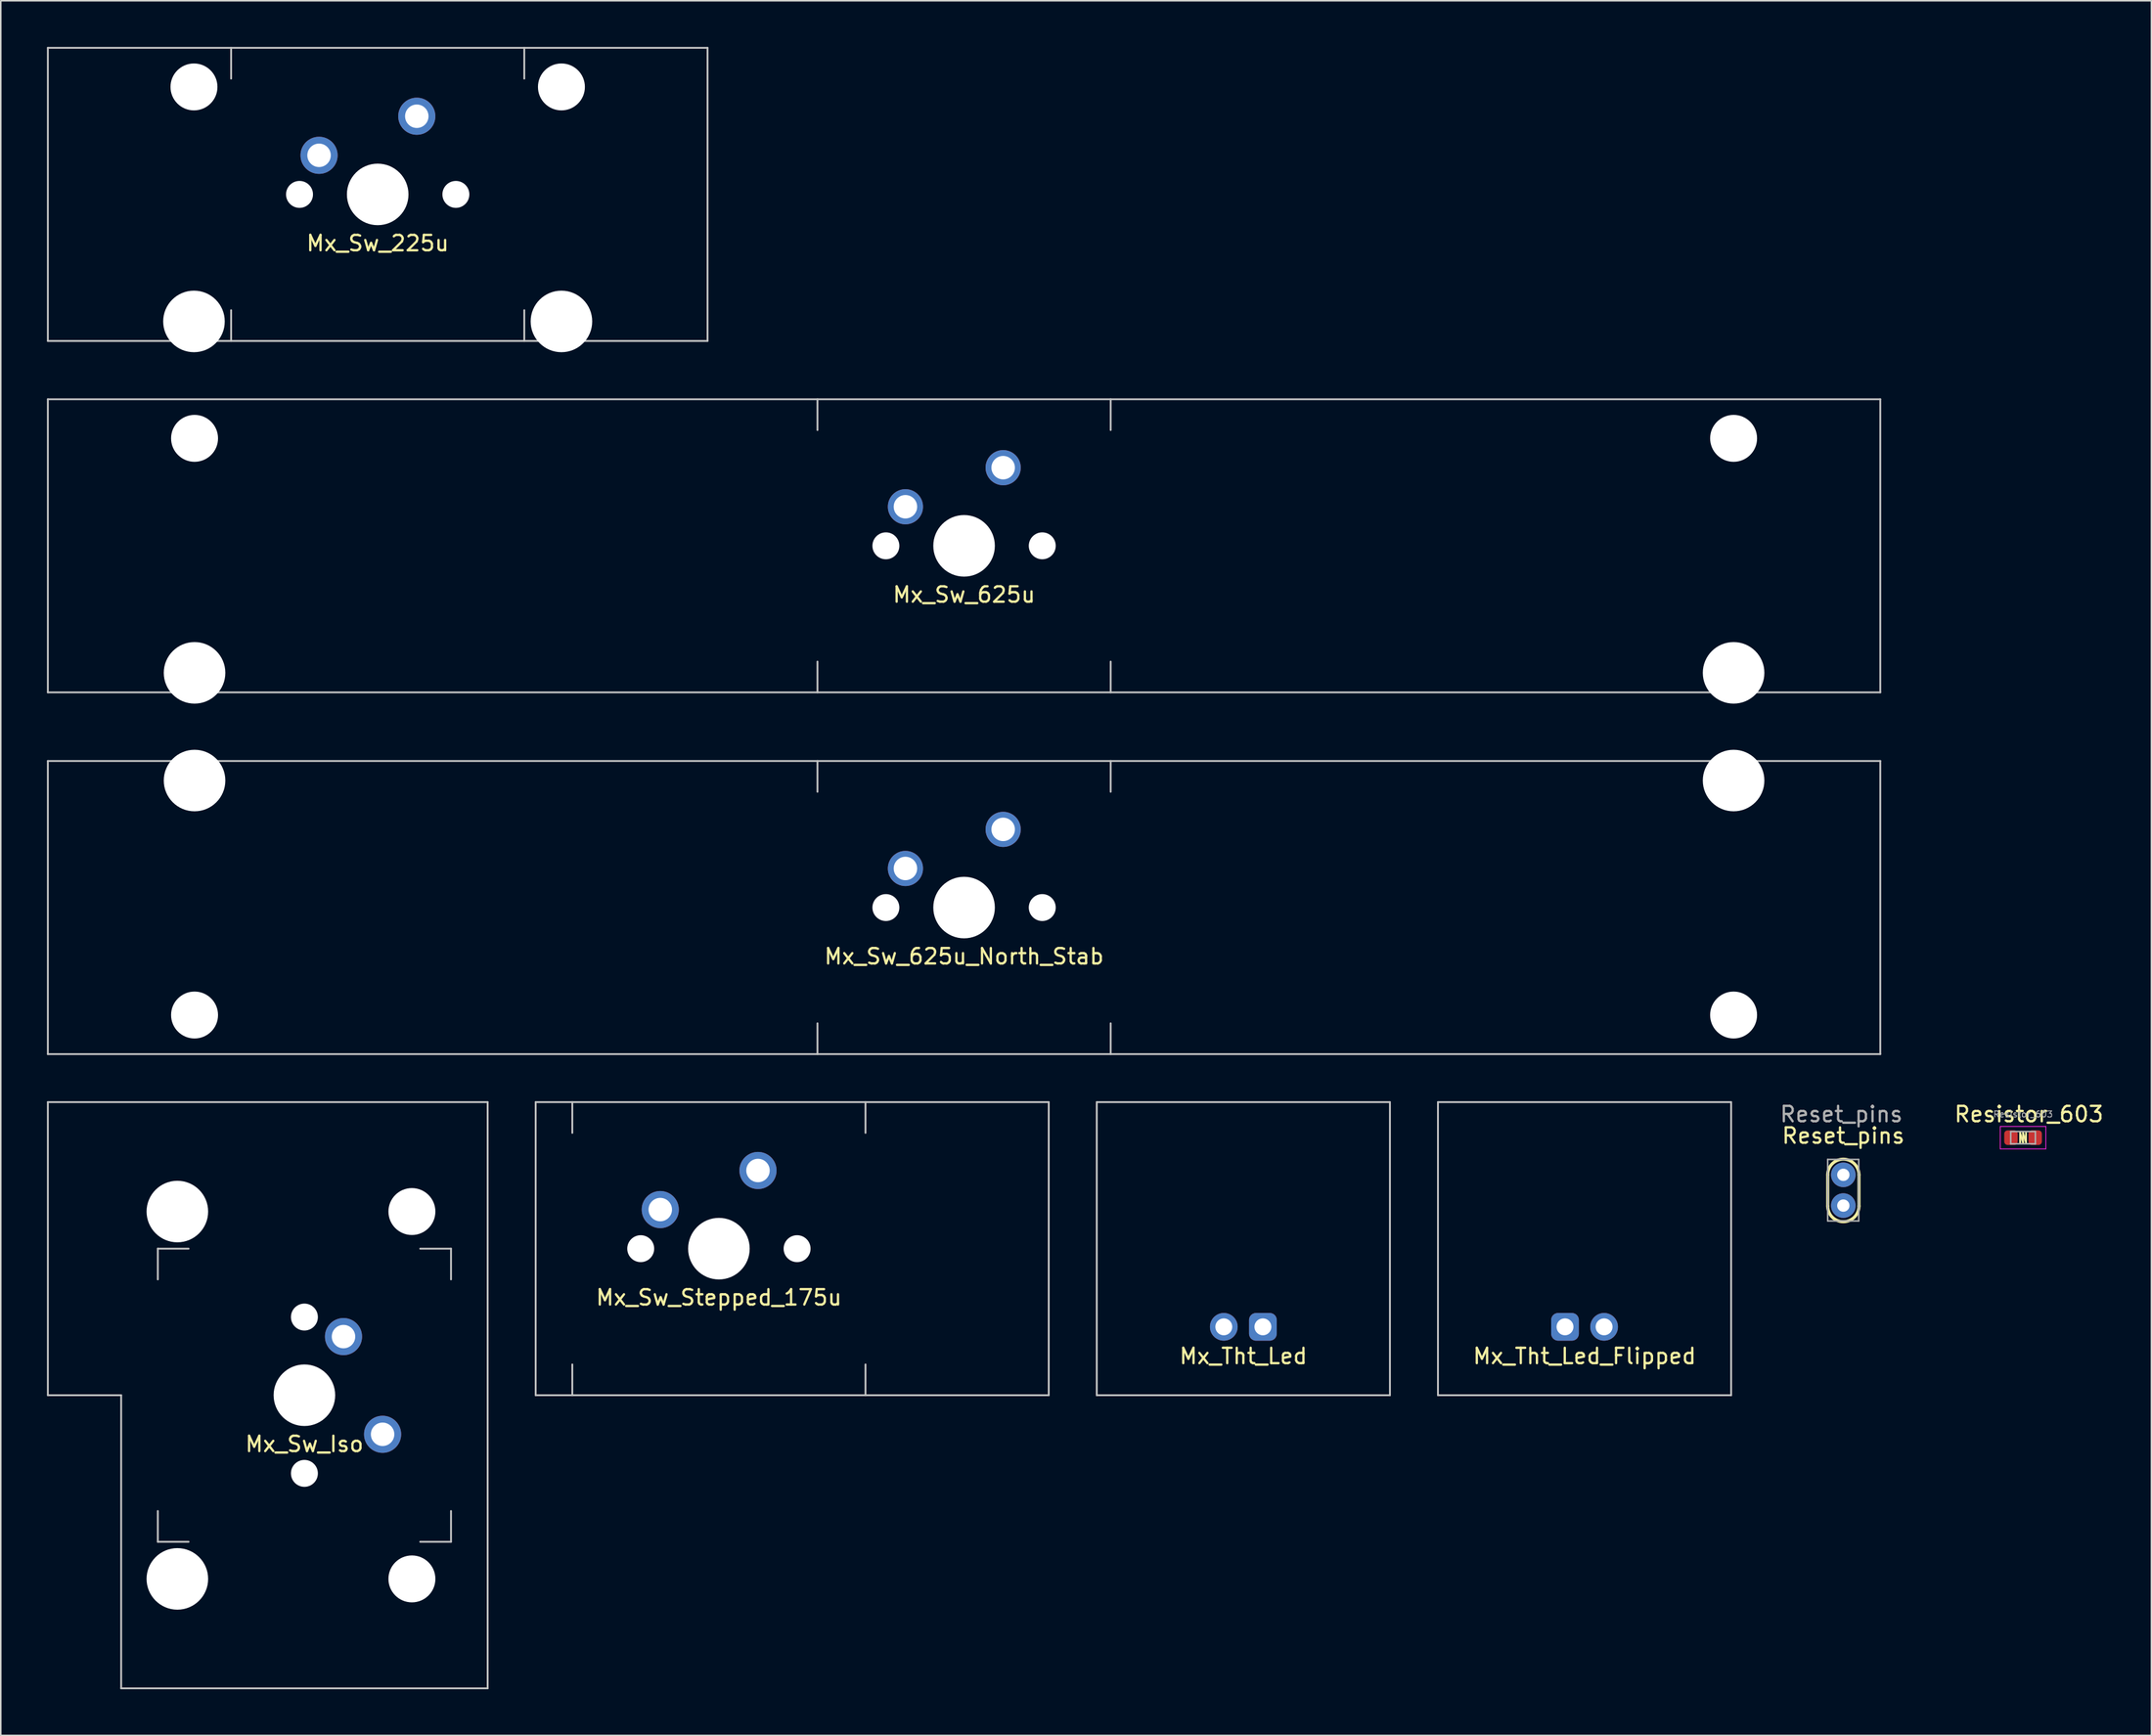
<source format=kicad_pcb>
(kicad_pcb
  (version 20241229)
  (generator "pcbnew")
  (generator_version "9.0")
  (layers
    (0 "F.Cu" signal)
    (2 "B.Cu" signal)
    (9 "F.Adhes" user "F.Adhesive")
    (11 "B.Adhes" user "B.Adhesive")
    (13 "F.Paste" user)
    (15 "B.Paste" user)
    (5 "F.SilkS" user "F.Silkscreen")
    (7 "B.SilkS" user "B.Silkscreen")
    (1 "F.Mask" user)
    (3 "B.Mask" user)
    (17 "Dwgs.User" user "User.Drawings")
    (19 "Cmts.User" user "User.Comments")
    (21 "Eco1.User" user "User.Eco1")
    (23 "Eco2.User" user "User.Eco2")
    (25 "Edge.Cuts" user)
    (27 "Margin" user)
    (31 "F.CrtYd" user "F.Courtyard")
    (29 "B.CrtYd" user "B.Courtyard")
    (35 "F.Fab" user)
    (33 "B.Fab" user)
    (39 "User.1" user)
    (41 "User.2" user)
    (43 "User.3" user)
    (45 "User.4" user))
  (footprint "Mx_Sw_Iso"
    (layer "F.Cu")
    (at 16.729 87.63)
    (property "Reference" "Mx_Sw_Iso" (at 0 3.175 0) (layer "F.SilkS") (effects (font (size 1 1) (thickness 0.15))))
    (attr through_hole)
    (fp_line (start -16.669 -19.05) (end -16.669 0) (stroke (width 0.12) (type solid)) (layer "Dwgs.User"))
    (fp_line (start -16.669 0) (end -11.906 0) (stroke (width 0.12) (type solid)) (layer "Dwgs.User"))
    (fp_line (start -11.906 19.05) (end -11.906 0) (stroke (width 0.12) (type solid)) (layer "Dwgs.User"))
    (fp_line (start -11.906 19.05) (end 11.906 19.05) (stroke (width 0.12) (type solid)) (layer "Dwgs.User"))
    (fp_line (start -9.525 -9.525) (end -9.525 -7.525) (stroke (width 0.12) (type solid)) (layer "Dwgs.User"))
    (fp_line (start -9.525 7.525) (end -9.525 9.525) (stroke (width 0.12) (type solid)) (layer "Dwgs.User"))
    (fp_line (start -7.525 -9.525) (end -9.525 -9.525) (stroke (width 0.12) (type solid)) (layer "Dwgs.User"))
    (fp_line (start -7.525 9.525) (end -9.525 9.525) (stroke (width 0.12) (type solid)) (layer "Dwgs.User"))
    (fp_line (start 9.525 -9.525) (end 7.525 -9.525) (stroke (width 0.12) (type solid)) (layer "Dwgs.User"))
    (fp_line (start 9.525 -9.525) (end 9.525 -7.525) (stroke (width 0.12) (type solid)) (layer "Dwgs.User"))
    (fp_line (start 9.525 7.525) (end 9.525 9.525) (stroke (width 0.12) (type solid)) (layer "Dwgs.User"))
    (fp_line (start 9.525 9.525) (end 7.525 9.525) (stroke (width 0.12) (type solid)) (layer "Dwgs.User"))
    (fp_line (start 11.906 -19.05) (end -16.669 -19.05) (stroke (width 0.12) (type solid)) (layer "Dwgs.User"))
    (fp_line (start 11.906 19.05) (end 11.906 -19.05) (stroke (width 0.12) (type solid)) (layer "Dwgs.User"))
    (pad "" np_thru_hole circle (at -8.255 -11.938 270) (size 4 4) (drill 4) (layers "*.Cu" "*.Mask"))
    (pad "" np_thru_hole circle (at -8.255 11.938 270) (size 4 4) (drill 4) (layers "*.Cu" "*.Mask"))
    (pad "" np_thru_hole circle (at 0 -5.08 270) (size 1.75 1.75) (drill 1.75) (layers "*.Cu" "*.Mask"))
    (pad "" np_thru_hole circle (at 0 0 270) (size 4 4) (drill 4) (layers "*.Cu" "*.Mask"))
    (pad "" np_thru_hole circle (at 0 5.08 270) (size 1.75 1.75) (drill 1.75) (layers "*.Cu" "*.Mask"))
    (pad "" np_thru_hole circle (at 6.985 -11.938 270) (size 3.05 3.05) (drill 3.05) (layers "*.Cu" "*.Mask"))
    (pad "" np_thru_hole circle (at 6.985 11.938 270) (size 3.05 3.05) (drill 3.05) (layers "*.Cu" "*.Mask"))
    (pad "1" thru_hole circle (at 2.54 -3.81 270) (size 2.413 2.413) (drill 1.524) (layers "*.Cu" "B.Mask"))
    (pad "2" thru_hole circle (at 5.08 2.54 270) (size 2.413 2.413) (drill 1.524) (layers "*.Cu" "B.Mask")))
  (footprint "Mx_Sw_625u_North_Stab"
    (layer "F.Cu")
    (at 59.591 55.935)
    (property "Reference" "Mx_Sw_625u_North_Stab" (at 0 3.175 0) (layer "F.SilkS") (effects (font (size 1 1) (thickness 0.15))))
    (attr through_hole)
    (fp_line (start -59.531 -9.525) (end -59.531 9.525) (stroke (width 0.12) (type solid)) (layer "Dwgs.User"))
    (fp_line (start -59.531 9.525) (end 59.531 9.525) (stroke (width 0.12) (type solid)) (layer "Dwgs.User"))
    (fp_line (start -9.525 -9.525) (end -9.525 -7.525) (stroke (width 0.12) (type solid)) (layer "Dwgs.User"))
    (fp_line (start -9.525 7.525) (end -9.525 9.525) (stroke (width 0.12) (type solid)) (layer "Dwgs.User"))
    (fp_line (start 9.525 -9.525) (end 9.525 -7.525) (stroke (width 0.12) (type solid)) (layer "Dwgs.User"))
    (fp_line (start 9.525 7.525) (end 9.525 9.525) (stroke (width 0.12) (type solid)) (layer "Dwgs.User"))
    (fp_line (start 59.531 -9.525) (end -59.531 -9.525) (stroke (width 0.12) (type solid)) (layer "Dwgs.User"))
    (fp_line (start 59.531 9.525) (end 59.531 -9.525) (stroke (width 0.12) (type solid)) (layer "Dwgs.User"))
    (pad "" np_thru_hole circle (at -50 -8.255) (size 4 4) (drill 4) (layers "*.Cu" "*.Mask"))
    (pad "" np_thru_hole circle (at -50 6.985) (size 3.05 3.05) (drill 3.05) (layers "*.Cu" "*.Mask"))
    (pad "" np_thru_hole circle (at -5.08 0) (size 1.75 1.75) (drill 1.75) (layers "*.Cu" "*.Mask"))
    (pad "" np_thru_hole circle (at 0 0) (size 4 4) (drill 4) (layers "*.Cu" "*.Mask"))
    (pad "" np_thru_hole circle (at 5.08 0) (size 1.75 1.75) (drill 1.75) (layers "*.Cu" "*.Mask"))
    (pad "" np_thru_hole circle (at 50 -8.255) (size 4 4) (drill 4) (layers "*.Cu" "*.Mask"))
    (pad "" np_thru_hole circle (at 50 6.985) (size 3.05 3.05) (drill 3.05) (layers "*.Cu" "*.Mask"))
    (pad "1" thru_hole circle (at -3.81 -2.54) (size 2.286 2.286) (drill 1.524) (layers "*.Cu" "B.Mask"))
    (pad "2" thru_hole circle (at 2.54 -5.08) (size 2.286 2.286) (drill 1.524) (layers "*.Cu" "B.Mask")))
  (footprint "Mx_Sw_225u"
    (layer "F.Cu")
    (at 21.491 9.585)
    (property "Reference" "Mx_Sw_225u" (at 0 3.175 0) (layer "F.SilkS") (effects (font (size 1 1) (thickness 0.15))))
    (attr through_hole)
    (fp_line (start -21.431 -9.525) (end -21.431 9.525) (stroke (width 0.12) (type solid)) (layer "Dwgs.User"))
    (fp_line (start -21.431 9.525) (end 21.431 9.525) (stroke (width 0.12) (type solid)) (layer "Dwgs.User"))
    (fp_line (start -9.525 -9.525) (end -9.525 -7.525) (stroke (width 0.12) (type solid)) (layer "Dwgs.User"))
    (fp_line (start -9.525 7.525) (end -9.525 9.525) (stroke (width 0.12) (type solid)) (layer "Dwgs.User"))
    (fp_line (start 9.525 -9.525) (end 9.525 -7.525) (stroke (width 0.12) (type solid)) (layer "Dwgs.User"))
    (fp_line (start 9.525 7.525) (end 9.525 9.525) (stroke (width 0.12) (type solid)) (layer "Dwgs.User"))
    (fp_line (start 21.431 -9.525) (end -21.431 -9.525) (stroke (width 0.12) (type solid)) (layer "Dwgs.User"))
    (fp_line (start 21.431 9.525) (end 21.431 -9.525) (stroke (width 0.12) (type solid)) (layer "Dwgs.User"))
    (pad "" np_thru_hole circle (at -11.938 -6.985) (size 3.05 3.05) (drill 3.05) (layers "*.Cu" "*.Mask"))
    (pad "" np_thru_hole circle (at -11.938 8.255) (size 4 4) (drill 4) (layers "*.Cu" "*.Mask"))
    (pad "" np_thru_hole circle (at -5.08 0) (size 1.75 1.75) (drill 1.75) (layers "*.Cu" "*.Mask"))
    (pad "" np_thru_hole circle (at 0 0) (size 4 4) (drill 4) (layers "*.Cu" "*.Mask"))
    (pad "" np_thru_hole circle (at 5.08 0) (size 1.75 1.75) (drill 1.75) (layers "*.Cu" "*.Mask"))
    (pad "" np_thru_hole circle (at 11.938 -6.985) (size 3.05 3.05) (drill 3.05) (layers "*.Cu" "*.Mask"))
    (pad "" np_thru_hole circle (at 11.938 8.255) (size 4 4) (drill 4) (layers "*.Cu" "*.Mask"))
    (pad "1" thru_hole circle (at -3.81 -2.54) (size 2.413 2.413) (drill 1.524) (layers "*.Cu" "B.Mask"))
    (pad "2" thru_hole circle (at 2.54 -5.08) (size 2.413 2.413) (drill 1.524) (layers "*.Cu" "B.Mask")))
  (footprint "Mx_Sw_625u"
    (layer "F.Cu")
    (at 59.591 32.425)
    (property "Reference" "Mx_Sw_625u" (at 0 3.175 0) (layer "F.SilkS") (effects (font (size 1 1) (thickness 0.15))))
    (attr through_hole)
    (fp_line (start -59.531 -9.525) (end -59.531 9.525) (stroke (width 0.12) (type solid)) (layer "Dwgs.User"))
    (fp_line (start -59.531 9.525) (end 59.531 9.525) (stroke (width 0.12) (type solid)) (layer "Dwgs.User"))
    (fp_line (start -9.525 -9.525) (end -9.525 -7.525) (stroke (width 0.12) (type solid)) (layer "Dwgs.User"))
    (fp_line (start -9.525 7.525) (end -9.525 9.525) (stroke (width 0.12) (type solid)) (layer "Dwgs.User"))
    (fp_line (start 9.525 -9.525) (end 9.525 -7.525) (stroke (width 0.12) (type solid)) (layer "Dwgs.User"))
    (fp_line (start 9.525 7.525) (end 9.525 9.525) (stroke (width 0.12) (type solid)) (layer "Dwgs.User"))
    (fp_line (start 59.531 -9.525) (end -59.531 -9.525) (stroke (width 0.12) (type solid)) (layer "Dwgs.User"))
    (fp_line (start 59.531 9.525) (end 59.531 -9.525) (stroke (width 0.12) (type solid)) (layer "Dwgs.User"))
    (pad "" np_thru_hole circle (at -50 -6.985) (size 3.05 3.05) (drill 3.05) (layers "*.Cu" "*.Mask"))
    (pad "" np_thru_hole circle (at -50 8.255) (size 4 4) (drill 4) (layers "*.Cu" "*.Mask"))
    (pad "" np_thru_hole circle (at -5.08 0) (size 1.75 1.75) (drill 1.75) (layers "*.Cu" "*.Mask"))
    (pad "" np_thru_hole circle (at 0 0) (size 4 4) (drill 4) (layers "*.Cu" "*.Mask"))
    (pad "" np_thru_hole circle (at 5.08 0) (size 1.75 1.75) (drill 1.75) (layers "*.Cu" "*.Mask"))
    (pad "" np_thru_hole circle (at 50 -6.985) (size 3.05 3.05) (drill 3.05) (layers "*.Cu" "*.Mask"))
    (pad "" np_thru_hole circle (at 50 8.255) (size 4 4) (drill 4) (layers "*.Cu" "*.Mask"))
    (pad "1" thru_hole circle (at -3.81 -2.54) (size 2.286 2.286) (drill 1.524) (layers "*.Cu" "B.Mask"))
    (pad "2" thru_hole circle (at 2.54 -5.08) (size 2.286 2.286) (drill 1.524) (layers "*.Cu" "B.Mask")))
  (footprint "Mx_Sw_Stepped_175u"
    (layer "F.Cu")
    (at 43.661 78.105)
    (property "Reference" "Mx_Sw_Stepped_175u" (at 0 3.175 0) (layer "F.SilkS") (effects (font (size 1 1) (thickness 0.15))))
    (attr through_hole)
    (fp_line (start -11.906 -9.525) (end -11.906 9.525) (stroke (width 0.12) (type solid)) (layer "Dwgs.User"))
    (fp_line (start -11.906 9.525) (end 21.431 9.525) (stroke (width 0.12) (type solid)) (layer "Dwgs.User"))
    (fp_line (start -9.525 -9.525) (end -9.525 -7.525) (stroke (width 0.12) (type solid)) (layer "Dwgs.User"))
    (fp_line (start -9.525 7.525) (end -9.525 9.525) (stroke (width 0.12) (type solid)) (layer "Dwgs.User"))
    (fp_line (start 9.525 -9.525) (end 9.525 -7.525) (stroke (width 0.12) (type solid)) (layer "Dwgs.User"))
    (fp_line (start 9.525 7.525) (end 9.525 9.525) (stroke (width 0.12) (type solid)) (layer "Dwgs.User"))
    (fp_line (start 21.431 -9.525) (end -11.906 -9.525) (stroke (width 0.12) (type solid)) (layer "Dwgs.User"))
    (fp_line (start 21.431 9.525) (end 21.431 -9.525) (stroke (width 0.12) (type solid)) (layer "Dwgs.User"))
    (pad "" np_thru_hole circle (at -5.08 0) (size 1.75 1.75) (drill 1.75) (layers "*.Cu" "*.Mask"))
    (pad "" np_thru_hole circle (at 0 0) (size 4 4) (drill 4) (layers "*.Cu" "*.Mask"))
    (pad "" np_thru_hole circle (at 5.08 0) (size 1.75 1.75) (drill 1.75) (layers "*.Cu" "*.Mask"))
    (pad "1" thru_hole circle (at -3.81 -2.54) (size 2.413 2.413) (drill 1.524) (layers "*.Cu" "B.Mask"))
    (pad "2" thru_hole circle (at 2.54 -5.08) (size 2.413 2.413) (drill 1.524) (layers "*.Cu" "B.Mask")))
  (footprint "Resistor_603"
    (layer "F.Cu")
    (at 128.399 70.892)
    (property "Reference" "Resistor_603" (at 0.381 -1.524 0) (layer "F.SilkS") (effects (font (size 1 1) (thickness 0.15))))
    (attr through_hole)
    (fp_line (start -0.191 -0.318) (end 0 0.318) (stroke (width 0.12) (type solid)) (layer "F.SilkS"))
    (fp_line (start -0.191 0.318) (end -0.191 -0.318) (stroke (width 0.12) (type solid)) (layer "F.SilkS"))
    (fp_line (start 0 -0.318) (end 0.191 0.318) (stroke (width 0.12) (type solid)) (layer "F.SilkS"))
    (fp_line (start 0 0.318) (end 0 -0.318) (stroke (width 0.12) (type solid)) (layer "F.SilkS"))
    (fp_line (start 0.191 0.318) (end 0.191 -0.318) (stroke (width 0.12) (type solid)) (layer "F.SilkS"))
    (fp_line (start -1.48 -0.73) (end 1.48 -0.73) (stroke (width 0.05) (type solid)) (layer "F.CrtYd"))
    (fp_line (start -1.48 0.73) (end -1.48 -0.73) (stroke (width 0.05) (type solid)) (layer "F.CrtYd"))
    (fp_line (start 1.48 -0.73) (end 1.48 0.73) (stroke (width 0.05) (type solid)) (layer "F.CrtYd"))
    (fp_line (start 1.48 0.73) (end -1.48 0.73) (stroke (width 0.05) (type solid)) (layer "F.CrtYd"))
    (fp_line (start -0.8 -0.4) (end 0.8 -0.4) (stroke (width 0.1) (type solid)) (layer "F.Fab"))
    (fp_line (start -0.8 0.4) (end -0.8 -0.4) (stroke (width 0.1) (type solid)) (layer "F.Fab"))
    (fp_line (start 0.8 -0.4) (end 0.8 0.4) (stroke (width 0.1) (type solid)) (layer "F.Fab"))
    (fp_line (start 0.8 0.4) (end -0.8 0.4) (stroke (width 0.1) (type solid)) (layer "F.Fab"))
    (fp_text user "${REFERENCE}" (at 0 -1.524 0) (layer "F.Fab") (effects (font (size 0.4 0.4) (thickness 0.06))))
    (pad "1" smd roundrect (at -0.787 0) (size 0.875 0.95) (layers "F.Cu" "F.Mask" "F.Paste") (roundrect_rratio 0.25))
    (pad "2" smd roundrect (at 0.787 0) (size 0.875 0.95) (layers "F.Cu" "F.Mask" "F.Paste") (roundrect_rratio 0.25)))
  (footprint "Reset_pins"
    (layer "F.Cu")
    (at 116.721 73.305)
    (property "Reference" "Reset_pins" (at 0 -2.54 0) (layer "F.SilkS") (effects (font (size 1 1) (thickness 0.15))))
    (attr through_hole)
    (fp_line (start -1.016 2.032) (end -1.016 0) (stroke (width 0.2) (type solid)) (layer "F.SilkS"))
    (fp_line (start 1.016 0) (end 1.016 2.032) (stroke (width 0.2) (type solid)) (layer "F.SilkS"))
    (fp_arc (start -1.016 0) (mid 0 -1.016) (end 1.016 0) (stroke (width 0.2) (type solid)) (layer "F.SilkS"))
    (fp_arc (start 1.016 2.032) (mid 0 3.048) (end -1.016 2.032) (stroke (width 0.2) (type solid)) (layer "F.SilkS"))
    (fp_line (start -1.016 -1) (end -1.016 3) (stroke (width 0.1) (type solid)) (layer "F.Fab"))
    (fp_line (start 0.984 -1) (end -1.016 -1) (stroke (width 0.1) (type solid)) (layer "F.Fab"))
    (fp_line (start 1 -1) (end 1 3) (stroke (width 0.1) (type solid)) (layer "F.Fab"))
    (fp_line (start 1 3) (end -1 3) (stroke (width 0.1) (type solid)) (layer "F.Fab"))
    (fp_text user "${REFERENCE}" (at -0.127 -3.937 180) (layer "F.Fab") (effects (font (size 1 1) (thickness 0.15))))
    (pad "1" thru_hole circle (at 0 0) (size 1.6 1.6) (drill 0.8) (layers "*.Cu" "F.Mask"))
    (pad "2" thru_hole circle (at 0 2) (size 1.6 1.6) (drill 0.8) (layers "*.Cu" "F.Mask")))
  (footprint "Mx_Tht_Led"
    (layer "F.Cu")
    (at 77.737 78.105)
    (property "Reference" "Mx_Tht_Led" (at 0 6.985 0) (layer "F.SilkS") (effects (font (size 1 1) (thickness 0.15))))
    (attr through_hole)
    (fp_line (start -9.525 -9.525) (end 9.525 -9.525) (stroke (width 0.12) (type solid)) (layer "Dwgs.User"))
    (fp_line (start -9.525 9.525) (end -9.525 -9.525) (stroke (width 0.12) (type solid)) (layer "Dwgs.User"))
    (fp_line (start 9.525 -9.525) (end 9.525 9.525) (stroke (width 0.12) (type solid)) (layer "Dwgs.User"))
    (fp_line (start 9.525 9.525) (end -9.525 9.525) (stroke (width 0.12) (type solid)) (layer "Dwgs.User"))
    (pad "1" thru_hole circle (at -1.27 5.08) (size 1.8 1.8) (drill 1.1) (layers "*.Cu" "*.Mask"))
    (pad "2" thru_hole roundrect (at 1.27 5.08) (size 1.8 1.8) (drill 1.1) (layers "*.Cu" "*.Mask") (roundrect_rratio 0.25)))
  (footprint "Mx_Tht_Led_Flipped"
    (layer "F.Cu")
    (at 99.907 78.105)
    (property "Reference" "Mx_Tht_Led_Flipped" (at 0 6.985 0) (layer "F.SilkS") (effects (font (size 1 1) (thickness 0.15))))
    (attr through_hole)
    (fp_line (start -9.525 -9.525) (end 9.525 -9.525) (stroke (width 0.12) (type solid)) (layer "Dwgs.User"))
    (fp_line (start -9.525 9.525) (end -9.525 -9.525) (stroke (width 0.12) (type solid)) (layer "Dwgs.User"))
    (fp_line (start 9.525 -9.525) (end 9.525 9.525) (stroke (width 0.12) (type solid)) (layer "Dwgs.User"))
    (fp_line (start 9.525 9.525) (end -9.525 9.525) (stroke (width 0.12) (type solid)) (layer "Dwgs.User"))
    (pad "1" thru_hole circle (at 1.27 5.08) (size 1.8 1.8) (drill 1.1) (layers "*.Cu" "*.Mask"))
    (pad "2" thru_hole roundrect (at -1.27 5.08) (size 1.8 1.8) (drill 1.1) (layers "*.Cu" "*.Mask") (roundrect_rratio 0.25)))
  (gr_rect
    (start -3 -3)
    (end 136.739 109.74)
    (stroke (width 0.1) (type default))
    (fill no)
    (layer "Edge.Cuts")))
</source>
